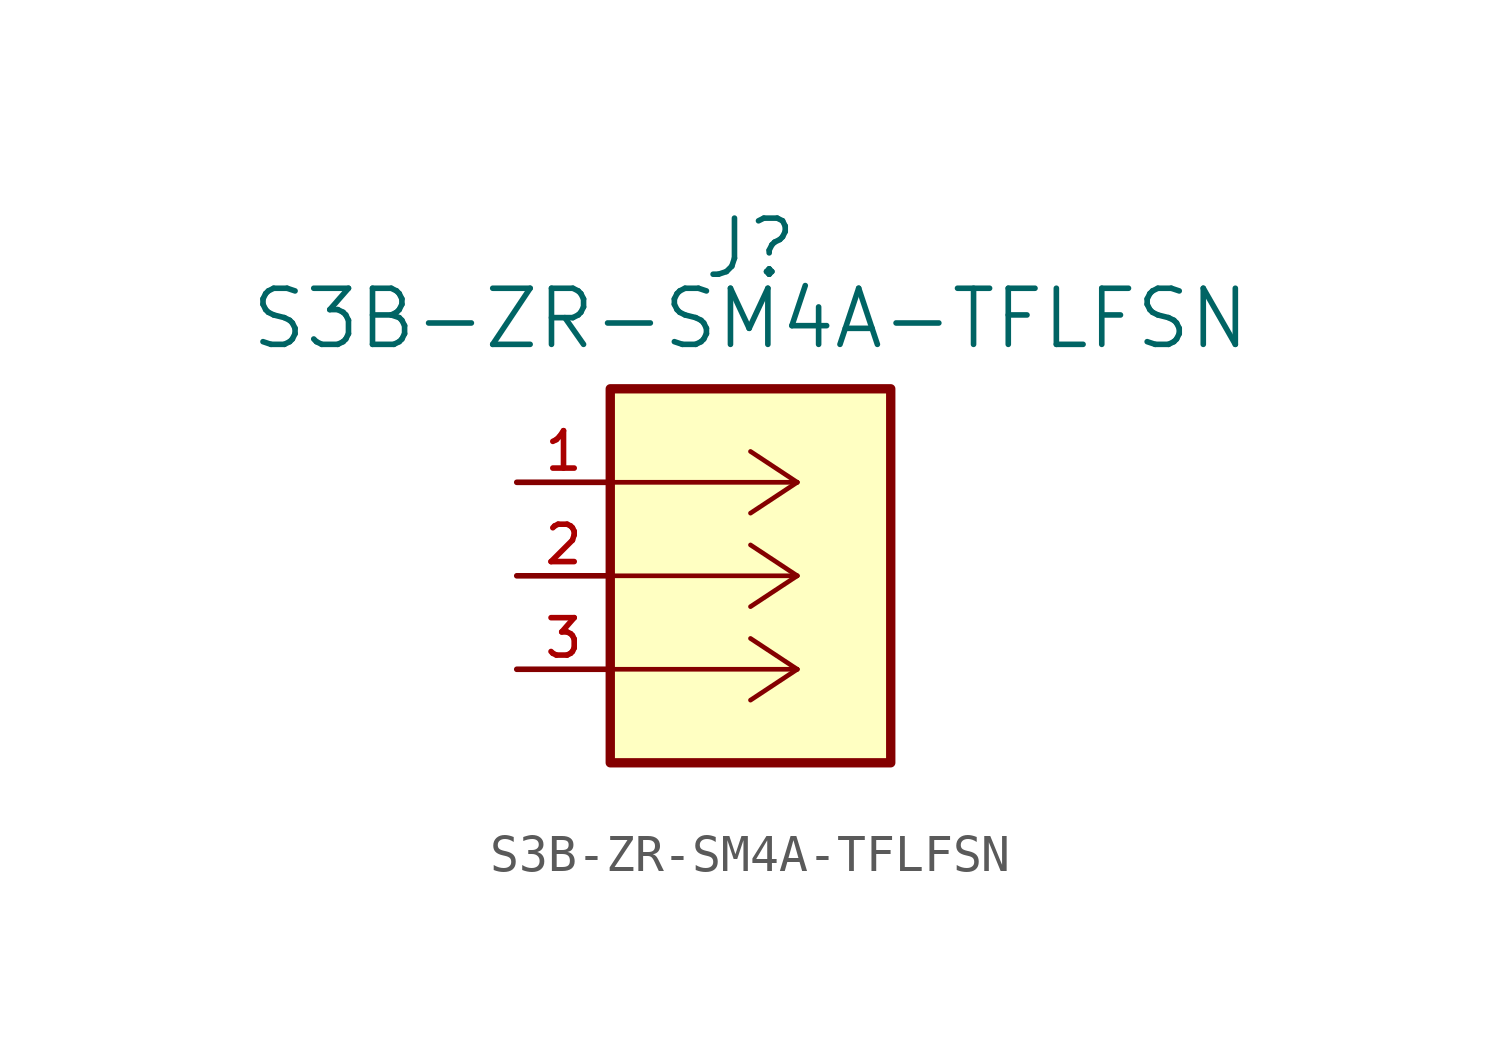
<source format=kicad_sym>
(kicad_symbol_lib
  (version 20211014)
  (generator kicad_symbol_editor)
  (symbol "S3B-ZR-SM4A-TFLFSN"
    (pin_names
      (offset 0.254) hide)
    (property "Reference" "J"
      (at 8.89 6.35 0)
      (effects (font (size 1.524 1.524))))
    (property "Value" "S3B-ZR-SM4A-TFLFSN"
      (at 8.89 4.445 0)
      (effects (font (size 1.524 1.524))))
    (property "Datasheet" ""
      (at 0 0 0)
      (effects (font (size 1.524 1.524))))
    (property "ki_locked" ""
      (at 0 0 0)
      (effects (font (size 1.27 1.27))))
    (symbol "S3B-ZR-SM4A-TFLFSN_0_1"
      (rectangle (start 5.08 2.54) (end 12.7 -7.62) (stroke (width 0.254) (type default) (color 0 0 0 0)) (fill (type background))))
    (symbol "S3B-ZR-SM4A-TFLFSN_1_1"
      (polyline (pts (xy 10.16 -5.08) (xy 5.08 -5.08)) (stroke (width 0.127) (type default) (color 0 0 0 0)) (fill (type none)))
      (polyline (pts (xy 10.16 -5.08) (xy 8.89 -5.918)) (stroke (width 0.127) (type default) (color 0 0 0 0)) (fill (type none)))
      (polyline (pts (xy 10.16 -5.08) (xy 8.89 -4.242)) (stroke (width 0.127) (type default) (color 0 0 0 0)) (fill (type none)))
      (polyline (pts (xy 10.16 -2.54) (xy 5.08 -2.54)) (stroke (width 0.127) (type default) (color 0 0 0 0)) (fill (type none)))
      (polyline (pts (xy 10.16 -2.54) (xy 8.89 -3.378)) (stroke (width 0.127) (type default) (color 0 0 0 0)) (fill (type none)))
      (polyline (pts (xy 10.16 -2.54) (xy 8.89 -1.702)) (stroke (width 0.127) (type default) (color 0 0 0 0)) (fill (type none)))
      (polyline (pts (xy 10.16 0) (xy 5.08 0)) (stroke (width 0.127) (type default) (color 0 0 0 0)) (fill (type none)))
      (polyline (pts (xy 10.16 0) (xy 8.89 -0.838)) (stroke (width 0.127) (type default) (color 0 0 0 0)) (fill (type none)))
      (polyline (pts (xy 10.16 0) (xy 8.89 0.838)) (stroke (width 0.127) (type default) (color 0 0 0 0)) (fill (type none)))
      (pin bidirectional line (at 2.54 0 0) (length 2.54) (name "1" (effects (font (size 1.016 1.016)))) (number "1" (effects (font (size 1.016 1.016)))))
      (pin bidirectional line (at 2.54 -2.54 0) (length 2.54) (name "2" (effects (font (size 1.016 1.016)))) (number "2" (effects (font (size 1.016 1.016)))))
      (pin bidirectional line (at 2.54 -5.08 0) (length 2.54) (name "3" (effects (font (size 1.016 1.016)))) (number "3" (effects (font (size 1.016 1.016))))))))
</source>
